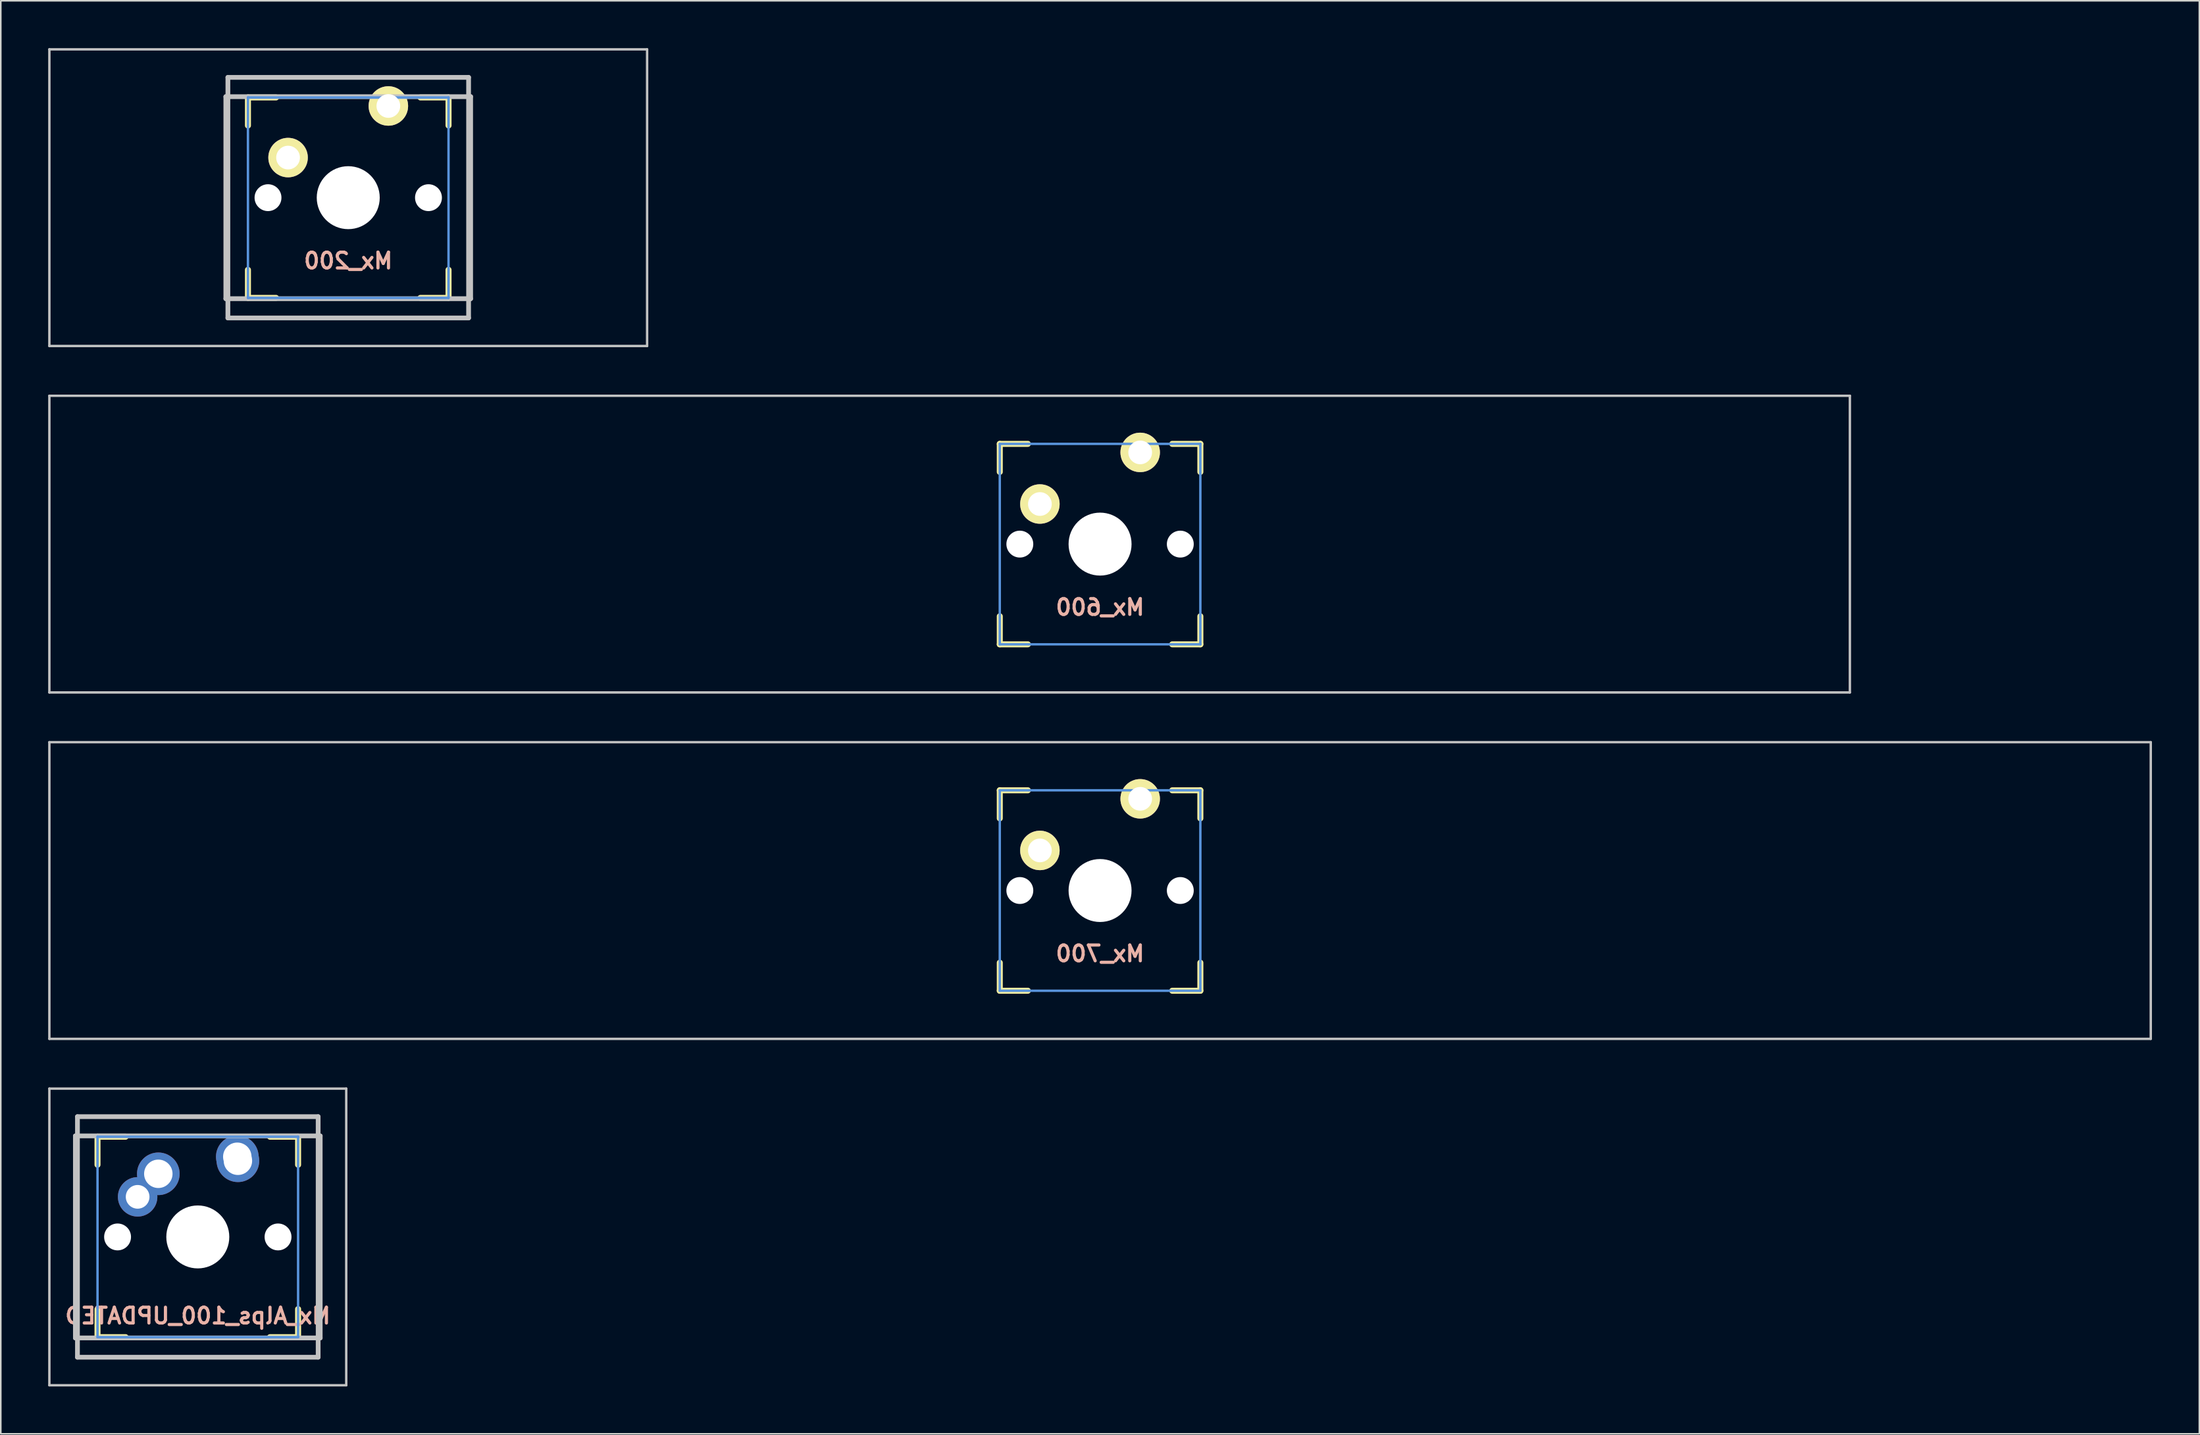
<source format=kicad_pcb>
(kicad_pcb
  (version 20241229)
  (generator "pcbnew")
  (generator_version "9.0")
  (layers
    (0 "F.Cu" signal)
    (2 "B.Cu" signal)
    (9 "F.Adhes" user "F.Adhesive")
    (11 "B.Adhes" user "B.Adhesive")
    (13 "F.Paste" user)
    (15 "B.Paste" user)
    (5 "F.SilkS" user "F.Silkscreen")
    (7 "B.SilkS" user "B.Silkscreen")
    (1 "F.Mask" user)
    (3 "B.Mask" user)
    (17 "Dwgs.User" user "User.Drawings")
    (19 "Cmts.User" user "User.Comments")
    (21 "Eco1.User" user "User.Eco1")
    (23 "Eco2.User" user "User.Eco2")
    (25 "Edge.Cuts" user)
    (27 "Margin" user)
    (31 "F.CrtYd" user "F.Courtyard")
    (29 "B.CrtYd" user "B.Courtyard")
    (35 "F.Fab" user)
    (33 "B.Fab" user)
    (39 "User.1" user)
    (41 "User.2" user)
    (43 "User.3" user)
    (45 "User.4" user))
  (footprint "Mx_200"
    (layer "F.Cu")
    (at 18.999 9.474)
    (property "Reference" "Mx_200" (at 0 4 0) (layer "B.SilkS") (effects (font (size 1 1) (thickness 0.2)) (justify mirror)))
    (attr through_hole)
    (fp_line (start -6.35 -6.35) (end -4.572 -6.35) (stroke (width 0.381) (type solid)) (layer "F.SilkS"))
    (fp_line (start -6.35 -4.572) (end -6.35 -6.35) (stroke (width 0.381) (type solid)) (layer "F.SilkS"))
    (fp_line (start -6.35 6.35) (end -6.35 4.572) (stroke (width 0.381) (type solid)) (layer "F.SilkS"))
    (fp_line (start -4.572 6.35) (end -6.35 6.35) (stroke (width 0.381) (type solid)) (layer "F.SilkS"))
    (fp_line (start 4.572 -6.35) (end 6.35 -6.35) (stroke (width 0.381) (type solid)) (layer "F.SilkS"))
    (fp_line (start 6.35 -6.35) (end 6.35 -4.572) (stroke (width 0.381) (type solid)) (layer "F.SilkS"))
    (fp_line (start 6.35 4.572) (end 6.35 6.35) (stroke (width 0.381) (type solid)) (layer "F.SilkS"))
    (fp_line (start 6.35 6.35) (end 4.572 6.35) (stroke (width 0.381) (type solid)) (layer "F.SilkS"))
    (fp_line (start -18.923 -9.398) (end 18.923 -9.398) (stroke (width 0.152) (type solid)) (layer "Dwgs.User"))
    (fp_line (start -18.923 9.398) (end -18.923 -9.398) (stroke (width 0.152) (type solid)) (layer "Dwgs.User"))
    (fp_line (start -7.75 6.4) (end -7.75 -6.4) (stroke (width 0.3) (type solid)) (layer "Dwgs.User"))
    (fp_line (start -7.75 6.4) (end 7.75 6.4) (stroke (width 0.3) (type solid)) (layer "Dwgs.User"))
    (fp_line (start -7.62 -7.62) (end 7.62 -7.62) (stroke (width 0.3) (type solid)) (layer "Dwgs.User"))
    (fp_line (start -7.62 7.62) (end -7.62 -7.62) (stroke (width 0.3) (type solid)) (layer "Dwgs.User"))
    (fp_line (start 7.62 -7.62) (end 7.62 7.62) (stroke (width 0.3) (type solid)) (layer "Dwgs.User"))
    (fp_line (start 7.62 7.62) (end -7.62 7.62) (stroke (width 0.3) (type solid)) (layer "Dwgs.User"))
    (fp_line (start 7.75 -6.4) (end -7.75 -6.4) (stroke (width 0.3) (type solid)) (layer "Dwgs.User"))
    (fp_line (start 7.75 6.4) (end 7.75 -6.4) (stroke (width 0.3) (type solid)) (layer "Dwgs.User"))
    (fp_line (start 18.923 -9.398) (end 18.923 9.398) (stroke (width 0.152) (type solid)) (layer "Dwgs.User"))
    (fp_line (start 18.923 9.398) (end -18.923 9.398) (stroke (width 0.152) (type solid)) (layer "Dwgs.User"))
    (fp_line (start -6.35 -6.35) (end 6.35 -6.35) (stroke (width 0.152) (type solid)) (layer "Cmts.User"))
    (fp_line (start -6.35 6.35) (end -6.35 -6.35) (stroke (width 0.152) (type solid)) (layer "Cmts.User"))
    (fp_line (start 6.35 -6.35) (end 6.35 6.35) (stroke (width 0.152) (type solid)) (layer "Cmts.User"))
    (fp_line (start 6.35 6.35) (end -6.35 6.35) (stroke (width 0.152) (type solid)) (layer "Cmts.User"))
    (fp_line (start -6.985 -6.985) (end 6.985 -6.985) (stroke (width 0.152) (type solid)) (layer "Eco2.User"))
    (fp_line (start -6.985 6.985) (end -6.985 -6.985) (stroke (width 0.152) (type solid)) (layer "Eco2.User"))
    (fp_line (start 6.985 -6.985) (end 6.985 6.985) (stroke (width 0.152) (type solid)) (layer "Eco2.User"))
    (fp_line (start 6.985 6.985) (end -6.985 6.985) (stroke (width 0.152) (type solid)) (layer "Eco2.User"))
    (pad "" np_thru_hole circle (at -5.08 0) (size 1.702 1.702) (drill 1.702) (layers "*.Cu"))
    (pad "" np_thru_hole circle (at 0 0) (size 3.988 3.988) (drill 3.988) (layers "*.Cu"))
    (pad "" np_thru_hole circle (at 5.08 0) (size 1.702 1.702) (drill 1.702) (layers "*.Cu"))
    (pad "1" thru_hole circle (at -3.81 -2.54 330.95) (size 2.5 2.5) (drill 1.5) (layers "*.Cu" "*.Mask" "F.SilkS"))
    (pad "2" thru_hole circle (at 2.54 -5.81 356.1) (size 2.5 2.5) (drill 1.5) (layers "*.Cu" "*.Mask" "F.SilkS")))
  (footprint "Mx_600"
    (layer "F.Cu")
    (at 66.601 31.423)
    (property "Reference" "Mx_600" (at 0 4 0) (layer "B.SilkS") (effects (font (size 1 1) (thickness 0.2)) (justify mirror)))
    (attr through_hole)
    (fp_line (start -6.35 -6.35) (end -4.572 -6.35) (stroke (width 0.381) (type solid)) (layer "F.SilkS"))
    (fp_line (start -6.35 -4.572) (end -6.35 -6.35) (stroke (width 0.381) (type solid)) (layer "F.SilkS"))
    (fp_line (start -6.35 6.35) (end -6.35 4.572) (stroke (width 0.381) (type solid)) (layer "F.SilkS"))
    (fp_line (start -4.572 6.35) (end -6.35 6.35) (stroke (width 0.381) (type solid)) (layer "F.SilkS"))
    (fp_line (start 4.572 -6.35) (end 6.35 -6.35) (stroke (width 0.381) (type solid)) (layer "F.SilkS"))
    (fp_line (start 6.35 -6.35) (end 6.35 -4.572) (stroke (width 0.381) (type solid)) (layer "F.SilkS"))
    (fp_line (start 6.35 4.572) (end 6.35 6.35) (stroke (width 0.381) (type solid)) (layer "F.SilkS"))
    (fp_line (start 6.35 6.35) (end 4.572 6.35) (stroke (width 0.381) (type solid)) (layer "F.SilkS"))
    (fp_line (start -66.525 -9.398) (end 47.475 -9.398) (stroke (width 0.152) (type solid)) (layer "Dwgs.User"))
    (fp_line (start -66.525 9.398) (end -66.525 -9.398) (stroke (width 0.152) (type solid)) (layer "Dwgs.User"))
    (fp_line (start 47.475 -9.398) (end 47.475 9.398) (stroke (width 0.152) (type solid)) (layer "Dwgs.User"))
    (fp_line (start 47.475 9.398) (end -66.525 9.398) (stroke (width 0.152) (type solid)) (layer "Dwgs.User"))
    (fp_line (start -6.35 -6.35) (end 6.35 -6.35) (stroke (width 0.152) (type solid)) (layer "Cmts.User"))
    (fp_line (start -6.35 6.35) (end -6.35 -6.35) (stroke (width 0.152) (type solid)) (layer "Cmts.User"))
    (fp_line (start 6.35 -6.35) (end 6.35 6.35) (stroke (width 0.152) (type solid)) (layer "Cmts.User"))
    (fp_line (start 6.35 6.35) (end -6.35 6.35) (stroke (width 0.152) (type solid)) (layer "Cmts.User"))
    (fp_line (start -6.985 -6.985) (end -6.985 6.985) (stroke (width 0.152) (type solid)) (layer "Eco2.User"))
    (fp_line (start -6.985 -6.985) (end 6.985 -6.985) (stroke (width 0.152) (type solid)) (layer "Eco2.User"))
    (fp_line (start 6.985 -6.985) (end 6.985 6.985) (stroke (width 0.152) (type solid)) (layer "Eco2.User"))
    (fp_line (start 6.985 6.985) (end -6.985 6.985) (stroke (width 0.152) (type solid)) (layer "Eco2.User"))
    (pad "" np_thru_hole circle (at -5.08 0) (size 1.702 1.702) (drill 1.702) (layers "*.Cu"))
    (pad "" np_thru_hole circle (at 0 0) (size 3.988 3.988) (drill 3.988) (layers "*.Cu"))
    (pad "" np_thru_hole circle (at 5.08 0) (size 1.702 1.702) (drill 1.702) (layers "*.Cu"))
    (pad "1" thru_hole circle (at -3.81 -2.54 330.95) (size 2.5 2.5) (drill 1.5) (layers "*.Cu" "*.Mask" "F.SilkS"))
    (pad "2" thru_hole circle (at 2.54 -5.81 356.1) (size 2.5 2.5) (drill 1.5) (layers "*.Cu" "*.Mask" "F.SilkS")))
  (footprint "Mx_700"
    (layer "F.Cu")
    (at 66.601 53.371)
    (property "Reference" "Mx_700" (at 0 4 0) (layer "B.SilkS") (effects (font (size 1 1) (thickness 0.2)) (justify mirror)))
    (attr through_hole)
    (fp_line (start -6.35 -6.35) (end -4.572 -6.35) (stroke (width 0.381) (type solid)) (layer "F.SilkS"))
    (fp_line (start -6.35 -4.572) (end -6.35 -6.35) (stroke (width 0.381) (type solid)) (layer "F.SilkS"))
    (fp_line (start -6.35 6.35) (end -6.35 4.572) (stroke (width 0.381) (type solid)) (layer "F.SilkS"))
    (fp_line (start -4.572 6.35) (end -6.35 6.35) (stroke (width 0.381) (type solid)) (layer "F.SilkS"))
    (fp_line (start 4.572 -6.35) (end 6.35 -6.35) (stroke (width 0.381) (type solid)) (layer "F.SilkS"))
    (fp_line (start 6.35 -6.35) (end 6.35 -4.572) (stroke (width 0.381) (type solid)) (layer "F.SilkS"))
    (fp_line (start 6.35 4.572) (end 6.35 6.35) (stroke (width 0.381) (type solid)) (layer "F.SilkS"))
    (fp_line (start 6.35 6.35) (end 4.572 6.35) (stroke (width 0.381) (type solid)) (layer "F.SilkS"))
    (fp_line (start -66.525 -9.398) (end 66.525 -9.398) (stroke (width 0.152) (type solid)) (layer "Dwgs.User"))
    (fp_line (start -66.525 9.398) (end -66.525 -9.398) (stroke (width 0.152) (type solid)) (layer "Dwgs.User"))
    (fp_line (start 66.525 -9.398) (end 66.525 9.398) (stroke (width 0.152) (type solid)) (layer "Dwgs.User"))
    (fp_line (start 66.525 9.398) (end -66.525 9.398) (stroke (width 0.152) (type solid)) (layer "Dwgs.User"))
    (fp_line (start -6.35 -6.35) (end 6.35 -6.35) (stroke (width 0.152) (type solid)) (layer "Cmts.User"))
    (fp_line (start -6.35 6.35) (end -6.35 -6.35) (stroke (width 0.152) (type solid)) (layer "Cmts.User"))
    (fp_line (start 6.35 -6.35) (end 6.35 6.35) (stroke (width 0.152) (type solid)) (layer "Cmts.User"))
    (fp_line (start 6.35 6.35) (end -6.35 6.35) (stroke (width 0.152) (type solid)) (layer "Cmts.User"))
    (fp_line (start -6.985 -6.985) (end -6.985 6.985) (stroke (width 0.152) (type solid)) (layer "Eco2.User"))
    (fp_line (start -6.985 -6.985) (end 6.985 -6.985) (stroke (width 0.152) (type solid)) (layer "Eco2.User"))
    (fp_line (start 6.985 -6.985) (end 6.985 6.985) (stroke (width 0.152) (type solid)) (layer "Eco2.User"))
    (fp_line (start 6.985 6.985) (end -6.985 6.985) (stroke (width 0.152) (type solid)) (layer "Eco2.User"))
    (pad "" np_thru_hole circle (at -5.08 0) (size 1.702 1.702) (drill 1.702) (layers "*.Cu"))
    (pad "" np_thru_hole circle (at 0 0) (size 3.988 3.988) (drill 3.988) (layers "*.Cu"))
    (pad "" np_thru_hole circle (at 5.08 0) (size 1.702 1.702) (drill 1.702) (layers "*.Cu"))
    (pad "1" thru_hole circle (at -3.81 -2.54 330.95) (size 2.5 2.5) (drill 1.5) (layers "*.Cu" "*.Mask" "F.SilkS"))
    (pad "2" thru_hole circle (at 2.54 -5.81 356.1) (size 2.5 2.5) (drill 1.5) (layers "*.Cu" "*.Mask" "F.SilkS")))
  (footprint "Mx_Alps_100_UPDATED"
    (layer "F.Cu")
    (at 9.474 75.319)
    (property "Reference" "Mx_Alps_100_UPDATED" (at 0 5 0) (layer "B.SilkS") (effects (font (size 1 1) (thickness 0.2)) (justify mirror)))
    (attr through_hole)
    (fp_line (start -6.35 -6.35) (end -4.572 -6.35) (stroke (width 0.381) (type solid)) (layer "F.SilkS"))
    (fp_line (start -6.35 -4.572) (end -6.35 -6.35) (stroke (width 0.381) (type solid)) (layer "F.SilkS"))
    (fp_line (start -6.35 6.35) (end -6.35 4.572) (stroke (width 0.381) (type solid)) (layer "F.SilkS"))
    (fp_line (start -4.572 6.35) (end -6.35 6.35) (stroke (width 0.381) (type solid)) (layer "F.SilkS"))
    (fp_line (start 4.572 -6.35) (end 6.35 -6.35) (stroke (width 0.381) (type solid)) (layer "F.SilkS"))
    (fp_line (start 6.35 -6.35) (end 6.35 -4.572) (stroke (width 0.381) (type solid)) (layer "F.SilkS"))
    (fp_line (start 6.35 4.572) (end 6.35 6.35) (stroke (width 0.381) (type solid)) (layer "F.SilkS"))
    (fp_line (start 6.35 6.35) (end 4.572 6.35) (stroke (width 0.381) (type solid)) (layer "F.SilkS"))
    (fp_line (start -9.398 -9.398) (end 9.398 -9.398) (stroke (width 0.152) (type solid)) (layer "Dwgs.User"))
    (fp_line (start -9.398 9.398) (end -9.398 -9.398) (stroke (width 0.152) (type solid)) (layer "Dwgs.User"))
    (fp_line (start -7.75 6.4) (end -7.75 -6.4) (stroke (width 0.3) (type solid)) (layer "Dwgs.User"))
    (fp_line (start -7.75 6.4) (end 7.75 6.4) (stroke (width 0.3) (type solid)) (layer "Dwgs.User"))
    (fp_line (start -7.62 -7.62) (end 7.62 -7.62) (stroke (width 0.3) (type solid)) (layer "Dwgs.User"))
    (fp_line (start -7.62 7.62) (end -7.62 -7.62) (stroke (width 0.3) (type solid)) (layer "Dwgs.User"))
    (fp_line (start 7.62 -7.62) (end 7.62 7.62) (stroke (width 0.3) (type solid)) (layer "Dwgs.User"))
    (fp_line (start 7.62 7.62) (end -7.62 7.62) (stroke (width 0.3) (type solid)) (layer "Dwgs.User"))
    (fp_line (start 7.75 -6.4) (end -7.75 -6.4) (stroke (width 0.3) (type solid)) (layer "Dwgs.User"))
    (fp_line (start 7.75 6.4) (end 7.75 -6.4) (stroke (width 0.3) (type solid)) (layer "Dwgs.User"))
    (fp_line (start 9.398 -9.398) (end 9.398 9.398) (stroke (width 0.152) (type solid)) (layer "Dwgs.User"))
    (fp_line (start 9.398 9.398) (end -9.398 9.398) (stroke (width 0.152) (type solid)) (layer "Dwgs.User"))
    (fp_line (start -6.35 -6.35) (end 6.35 -6.35) (stroke (width 0.152) (type solid)) (layer "Cmts.User"))
    (fp_line (start -6.35 6.35) (end -6.35 -6.35) (stroke (width 0.152) (type solid)) (layer "Cmts.User"))
    (fp_line (start 6.35 -6.35) (end 6.35 6.35) (stroke (width 0.152) (type solid)) (layer "Cmts.User"))
    (fp_line (start 6.35 6.35) (end -6.35 6.35) (stroke (width 0.152) (type solid)) (layer "Cmts.User"))
    (fp_line (start -6.985 -6.985) (end 6.985 -6.985) (stroke (width 0.152) (type solid)) (layer "Eco2.User"))
    (fp_line (start -6.985 6.985) (end -6.985 -6.985) (stroke (width 0.152) (type solid)) (layer "Eco2.User"))
    (fp_line (start 6.985 -6.985) (end 6.985 6.985) (stroke (width 0.152) (type solid)) (layer "Eco2.User"))
    (fp_line (start 6.985 6.985) (end -6.985 6.985) (stroke (width 0.152) (type solid)) (layer "Eco2.User"))
    (pad "" np_thru_hole circle (at -5.08 0) (size 1.702 1.702) (drill 1.702) (layers "*.Cu"))
    (pad "" np_thru_hole circle (at 0 0) (size 3.988 3.988) (drill 3.988) (layers "*.Cu"))
    (pad "" np_thru_hole circle (at 5.08 0) (size 1.702 1.702) (drill 1.702) (layers "*.Cu"))
    (pad "1" thru_hole circle (at -3.81 -2.54) (size 2.5 2.5) (drill 1.5) (layers "*.Cu" "*.Mask"))
    (pad "1" thru_hole circle (at -2.5 -4) (size 2.7 2.7) (drill 1.8) (layers "*.Cu" "*.Mask"))
    (pad "2" thru_hole circle (at 2.5 -5.08) (size 2.7 2.7) (drill 1.8) (layers "*.Cu" "*.Mask"))
    (pad "2" thru_hole circle (at 2.54 -4.826) (size 2.7 2.7) (drill 1.8) (layers "*.Cu" "*.Mask")))
  (gr_rect
    (start -3 -3)
    (end 136.202 87.794)
    (stroke (width 0.1) (type default))
    (fill no)
    (layer "Edge.Cuts")))
</source>
